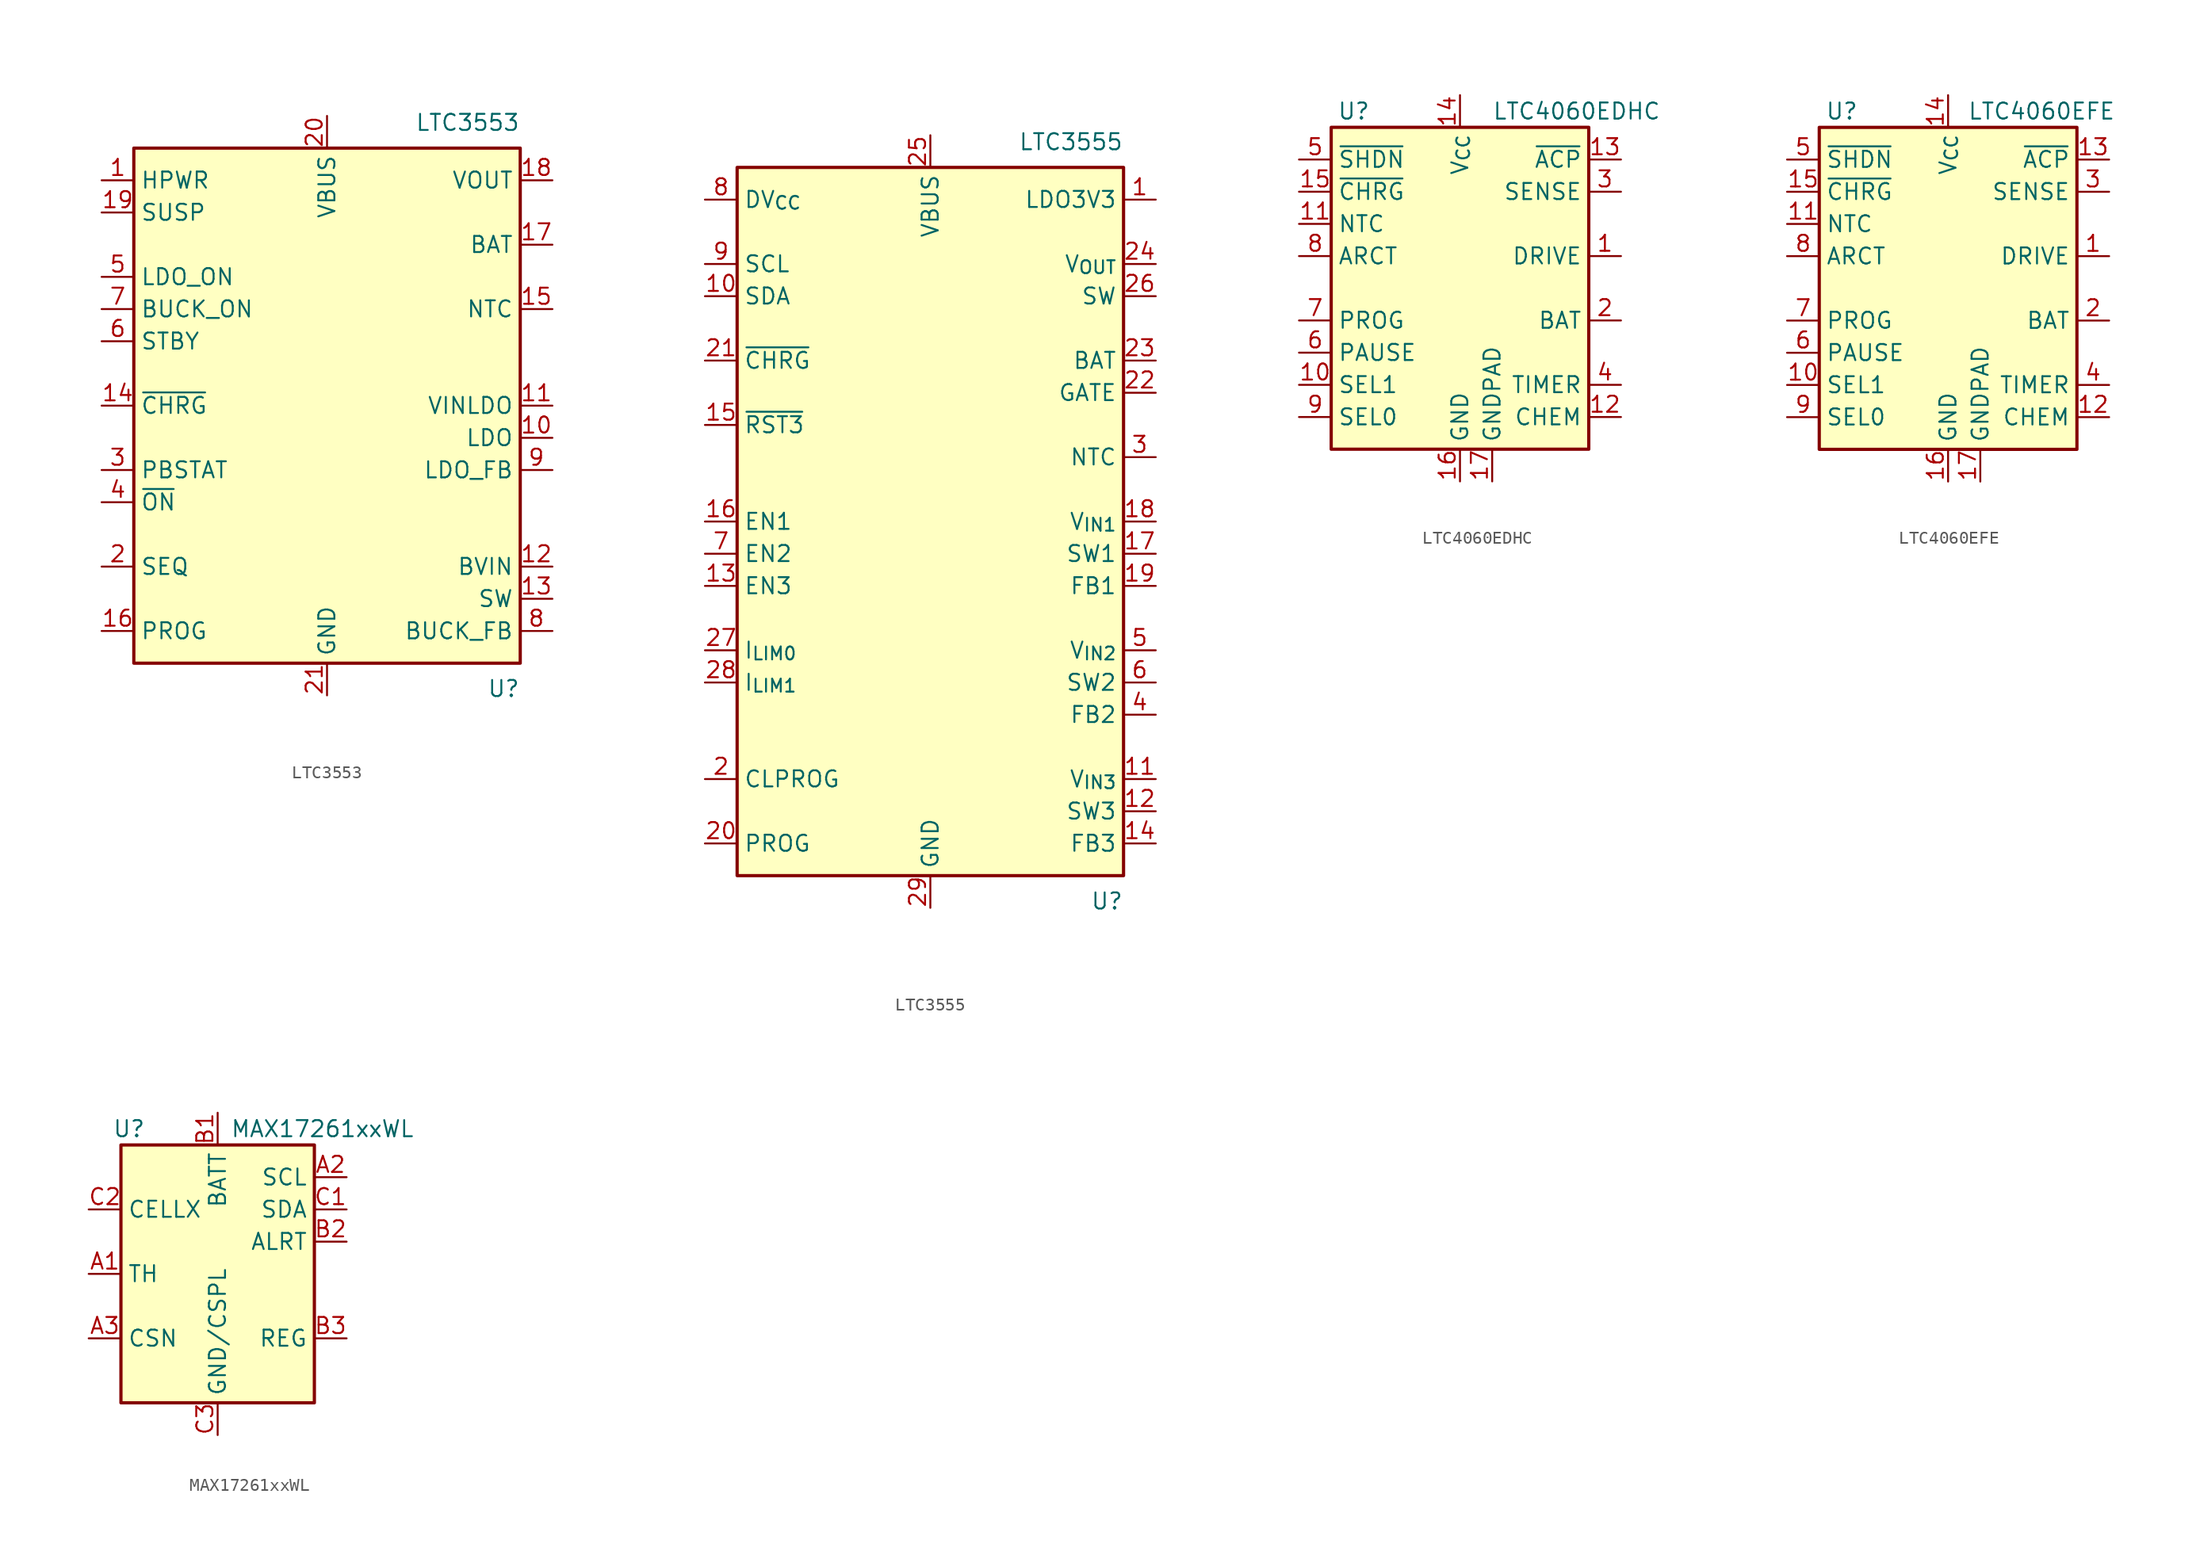
<source format=kicad_sym>
(kicad_symbol_lib
  (version 20220914)
  (generator kicad_symbol_editor)
  (symbol "LTC3553"
    (property "Reference" "U"
      (at 15.24 -21.59 0)
      (effects (font (size 1.27 1.27)) (justify right top)))
    (property "Value" "LTC3553"
      (at 15.24 21.59 0)
      (effects (font (size 1.27 1.27)) (justify right bottom)))
    (symbol "LTC3553_0_1"
      (rectangle (start -15.24 20.32) (end 15.24 -20.32) (stroke (width 0.254) (type default)) (fill (type background))))
    (symbol "LTC3553_1_1"
      (pin input line (at -17.78 17.78 0) (length 2.54) (name "HPWR" (effects (font (size 1.27 1.27)))) (number "1" (effects (font (size 1.27 1.27)))))
      (pin power_out line (at 17.78 -2.54 180) (length 2.54) (name "LDO" (effects (font (size 1.27 1.27)))) (number "10" (effects (font (size 1.27 1.27)))))
      (pin power_in line (at 17.78 0 180) (length 2.54) (name "VINLDO" (effects (font (size 1.27 1.27)))) (number "11" (effects (font (size 1.27 1.27)))))
      (pin power_in line (at 17.78 -12.7 180) (length 2.54) (name "BVIN" (effects (font (size 1.27 1.27)))) (number "12" (effects (font (size 1.27 1.27)))))
      (pin power_out line (at 17.78 -15.24 180) (length 2.54) (name "SW" (effects (font (size 1.27 1.27)))) (number "13" (effects (font (size 1.27 1.27)))))
      (pin open_collector line (at -17.78 0 0) (length 2.54) (name "~{CHRG}" (effects (font (size 1.27 1.27)))) (number "14" (effects (font (size 1.27 1.27)))))
      (pin passive line (at 17.78 7.62 180) (length 2.54) (name "NTC" (effects (font (size 1.27 1.27)))) (number "15" (effects (font (size 1.27 1.27)))))
      (pin passive line (at -17.78 -17.78 0) (length 2.54) (name "PROG" (effects (font (size 1.27 1.27)))) (number "16" (effects (font (size 1.27 1.27)))))
      (pin power_out line (at 17.78 12.7 180) (length 2.54) (name "BAT" (effects (font (size 1.27 1.27)))) (number "17" (effects (font (size 1.27 1.27)))))
      (pin power_out line (at 17.78 17.78 180) (length 2.54) (name "VOUT" (effects (font (size 1.27 1.27)))) (number "18" (effects (font (size 1.27 1.27)))))
      (pin input line (at -17.78 15.24 0) (length 2.54) (name "SUSP" (effects (font (size 1.27 1.27)))) (number "19" (effects (font (size 1.27 1.27)))))
      (pin input line (at -17.78 -12.7 0) (length 2.54) (name "SEQ" (effects (font (size 1.27 1.27)))) (number "2" (effects (font (size 1.27 1.27)))))
      (pin power_in line (at 0 22.86 270) (length 2.54) (name "VBUS" (effects (font (size 1.27 1.27)))) (number "20" (effects (font (size 1.27 1.27)))))
      (pin power_in line (at 0 -22.86 90) (length 2.54) (name "GND" (effects (font (size 1.27 1.27)))) (number "21" (effects (font (size 1.27 1.27)))))
      (pin output line (at -17.78 -5.08 0) (length 2.54) (name "PBSTAT" (effects (font (size 1.27 1.27)))) (number "3" (effects (font (size 1.27 1.27)))))
      (pin input line (at -17.78 -7.62 0) (length 2.54) (name "~{ON}" (effects (font (size 1.27 1.27)))) (number "4" (effects (font (size 1.27 1.27)))))
      (pin input line (at -17.78 10.16 0) (length 2.54) (name "LDO_ON" (effects (font (size 1.27 1.27)))) (number "5" (effects (font (size 1.27 1.27)))))
      (pin input line (at -17.78 5.08 0) (length 2.54) (name "STBY" (effects (font (size 1.27 1.27)))) (number "6" (effects (font (size 1.27 1.27)))))
      (pin input line (at -17.78 7.62 0) (length 2.54) (name "BUCK_ON" (effects (font (size 1.27 1.27)))) (number "7" (effects (font (size 1.27 1.27)))))
      (pin input line (at 17.78 -17.78 180) (length 2.54) (name "BUCK_FB" (effects (font (size 1.27 1.27)))) (number "8" (effects (font (size 1.27 1.27)))))
      (pin input line (at 17.78 -5.08 180) (length 2.54) (name "LDO_FB" (effects (font (size 1.27 1.27)))) (number "9" (effects (font (size 1.27 1.27)))))))
  (symbol "LTC3555"
    (property "Reference" "U"
      (at 15.24 -29.21 0)
      (effects (font (size 1.27 1.27)) (justify right top)))
    (property "Value" "LTC3555"
      (at 15.24 29.21 0)
      (effects (font (size 1.27 1.27)) (justify right bottom)))
    (symbol "LTC3555_0_1"
      (rectangle (start -15.24 27.94) (end 15.24 -27.94) (stroke (width 0.254) (type default)) (fill (type background))))
    (symbol "LTC3555_1_1"
      (pin power_out line (at 17.78 25.4 180) (length 2.54) (name "LDO3V3" (effects (font (size 1.27 1.27)))) (number "1" (effects (font (size 1.27 1.27)))))
      (pin bidirectional line (at -17.78 17.78 0) (length 2.54) (name "SDA" (effects (font (size 1.27 1.27)))) (number "10" (effects (font (size 1.27 1.27)))))
      (pin power_in line (at 17.78 -20.32 180) (length 2.54) (name "V_{IN3}" (effects (font (size 1.27 1.27)))) (number "11" (effects (font (size 1.27 1.27)))))
      (pin power_out line (at 17.78 -22.86 180) (length 2.54) (name "SW3" (effects (font (size 1.27 1.27)))) (number "12" (effects (font (size 1.27 1.27)))))
      (pin input line (at -17.78 -5.08 0) (length 2.54) (name "EN3" (effects (font (size 1.27 1.27)))) (number "13" (effects (font (size 1.27 1.27)))))
      (pin input line (at 17.78 -25.4 180) (length 2.54) (name "FB3" (effects (font (size 1.27 1.27)))) (number "14" (effects (font (size 1.27 1.27)))))
      (pin open_collector line (at -17.78 7.62 0) (length 2.54) (name "~{RST3}" (effects (font (size 1.27 1.27)))) (number "15" (effects (font (size 1.27 1.27)))))
      (pin input line (at -17.78 0 0) (length 2.54) (name "EN1" (effects (font (size 1.27 1.27)))) (number "16" (effects (font (size 1.27 1.27)))))
      (pin power_out line (at 17.78 -2.54 180) (length 2.54) (name "SW1" (effects (font (size 1.27 1.27)))) (number "17" (effects (font (size 1.27 1.27)))))
      (pin power_in line (at 17.78 0 180) (length 2.54) (name "V_{IN1}" (effects (font (size 1.27 1.27)))) (number "18" (effects (font (size 1.27 1.27)))))
      (pin input line (at 17.78 -5.08 180) (length 2.54) (name "FB1" (effects (font (size 1.27 1.27)))) (number "19" (effects (font (size 1.27 1.27)))))
      (pin passive line (at -17.78 -20.32 0) (length 2.54) (name "CLPROG" (effects (font (size 1.27 1.27)))) (number "2" (effects (font (size 1.27 1.27)))))
      (pin passive line (at -17.78 -25.4 0) (length 2.54) (name "PROG" (effects (font (size 1.27 1.27)))) (number "20" (effects (font (size 1.27 1.27)))))
      (pin open_collector line (at -17.78 12.7 0) (length 2.54) (name "~{CHRG}" (effects (font (size 1.27 1.27)))) (number "21" (effects (font (size 1.27 1.27)))))
      (pin output line (at 17.78 10.16 180) (length 2.54) (name "GATE" (effects (font (size 1.27 1.27)))) (number "22" (effects (font (size 1.27 1.27)))))
      (pin power_out line (at 17.78 12.7 180) (length 2.54) (name "BAT" (effects (font (size 1.27 1.27)))) (number "23" (effects (font (size 1.27 1.27)))))
      (pin power_out line (at 17.78 20.32 180) (length 2.54) (name "V_{OUT}" (effects (font (size 1.27 1.27)))) (number "24" (effects (font (size 1.27 1.27)))))
      (pin power_in line (at 0 30.48 270) (length 2.54) (name "VBUS" (effects (font (size 1.27 1.27)))) (number "25" (effects (font (size 1.27 1.27)))))
      (pin power_out line (at 17.78 17.78 180) (length 2.54) (name "SW" (effects (font (size 1.27 1.27)))) (number "26" (effects (font (size 1.27 1.27)))))
      (pin input line (at -17.78 -10.16 0) (length 2.54) (name "I_{LIM0}" (effects (font (size 1.27 1.27)))) (number "27" (effects (font (size 1.27 1.27)))))
      (pin input line (at -17.78 -12.7 0) (length 2.54) (name "I_{LIM1}" (effects (font (size 1.27 1.27)))) (number "28" (effects (font (size 1.27 1.27)))))
      (pin power_in line (at 0 -30.48 90) (length 2.54) (name "GND" (effects (font (size 1.27 1.27)))) (number "29" (effects (font (size 1.27 1.27)))))
      (pin passive line (at 17.78 5.08 180) (length 2.54) (name "NTC" (effects (font (size 1.27 1.27)))) (number "3" (effects (font (size 1.27 1.27)))))
      (pin input line (at 17.78 -15.24 180) (length 2.54) (name "FB2" (effects (font (size 1.27 1.27)))) (number "4" (effects (font (size 1.27 1.27)))))
      (pin power_in line (at 17.78 -10.16 180) (length 2.54) (name "V_{IN2}" (effects (font (size 1.27 1.27)))) (number "5" (effects (font (size 1.27 1.27)))))
      (pin power_out line (at 17.78 -12.7 180) (length 2.54) (name "SW2" (effects (font (size 1.27 1.27)))) (number "6" (effects (font (size 1.27 1.27)))))
      (pin input line (at -17.78 -2.54 0) (length 2.54) (name "EN2" (effects (font (size 1.27 1.27)))) (number "7" (effects (font (size 1.27 1.27)))))
      (pin power_in line (at -17.78 25.4 0) (length 2.54) (name "DV_{CC}" (effects (font (size 1.27 1.27)))) (number "8" (effects (font (size 1.27 1.27)))))
      (pin input line (at -17.78 20.32 0) (length 2.54) (name "SCL" (effects (font (size 1.27 1.27)))) (number "9" (effects (font (size 1.27 1.27)))))))
  (symbol "LTC4060EDHC"
    (property "Reference" "U"
      (at -8.382 13.97 0)
      (effects (font (size 1.27 1.27))))
    (property "Value" "LTC4060EDHC"
      (at 2.54 13.97 0)
      (effects (font (size 1.27 1.27)) (justify left)))
    (symbol "LTC4060EDHC_0_1"
      (rectangle (start -10.16 12.7) (end 10.16 -12.7) (stroke (width 0.254) (type default)) (fill (type background))))
    (symbol "LTC4060EDHC_1_1"
      (pin output line (at 12.7 2.54 180) (length 2.54) (name "DRIVE" (effects (font (size 1.27 1.27)))) (number "1" (effects (font (size 1.27 1.27)))))
      (pin input line (at -12.7 -7.62 0) (length 2.54) (name "SEL1" (effects (font (size 1.27 1.27)))) (number "10" (effects (font (size 1.27 1.27)))))
      (pin input line (at -12.7 5.08 0) (length 2.54) (name "NTC" (effects (font (size 1.27 1.27)))) (number "11" (effects (font (size 1.27 1.27)))))
      (pin input line (at 12.7 -10.16 180) (length 2.54) (name "CHEM" (effects (font (size 1.27 1.27)))) (number "12" (effects (font (size 1.27 1.27)))))
      (pin open_collector line (at 12.7 10.16 180) (length 2.54) (name "~{ACP}" (effects (font (size 1.27 1.27)))) (number "13" (effects (font (size 1.27 1.27)))))
      (pin power_in line (at 0 15.24 270) (length 2.54) (name "V_{CC}" (effects (font (size 1.27 1.27)))) (number "14" (effects (font (size 1.27 1.27)))))
      (pin open_collector line (at -12.7 7.62 0) (length 2.54) (name "~{CHRG}" (effects (font (size 1.27 1.27)))) (number "15" (effects (font (size 1.27 1.27)))))
      (pin power_in line (at 0 -15.24 90) (length 2.54) (name "GND" (effects (font (size 1.27 1.27)))) (number "16" (effects (font (size 1.27 1.27)))))
      (pin power_in line (at 2.54 -15.24 90) (length 2.54) (name "GNDPAD" (effects (font (size 1.27 1.27)))) (number "17" (effects (font (size 1.27 1.27)))))
      (pin input line (at 12.7 -2.54 180) (length 2.54) (name "BAT" (effects (font (size 1.27 1.27)))) (number "2" (effects (font (size 1.27 1.27)))))
      (pin input line (at 12.7 7.62 180) (length 2.54) (name "SENSE" (effects (font (size 1.27 1.27)))) (number "3" (effects (font (size 1.27 1.27)))))
      (pin input line (at 12.7 -7.62 180) (length 2.54) (name "TIMER" (effects (font (size 1.27 1.27)))) (number "4" (effects (font (size 1.27 1.27)))))
      (pin input line (at -12.7 10.16 0) (length 2.54) (name "~{SHDN}" (effects (font (size 1.27 1.27)))) (number "5" (effects (font (size 1.27 1.27)))))
      (pin input line (at -12.7 -5.08 0) (length 2.54) (name "PAUSE" (effects (font (size 1.27 1.27)))) (number "6" (effects (font (size 1.27 1.27)))))
      (pin input line (at -12.7 -2.54 0) (length 2.54) (name "PROG" (effects (font (size 1.27 1.27)))) (number "7" (effects (font (size 1.27 1.27)))))
      (pin input line (at -12.7 2.54 0) (length 2.54) (name "ARCT" (effects (font (size 1.27 1.27)))) (number "8" (effects (font (size 1.27 1.27)))))
      (pin input line (at -12.7 -10.16 0) (length 2.54) (name "SEL0" (effects (font (size 1.27 1.27)))) (number "9" (effects (font (size 1.27 1.27)))))))
  (symbol "LTC4060EFE"
    (property "Reference" "U"
      (at -8.382 13.97 0)
      (effects (font (size 1.27 1.27))))
    (property "Value" "LTC4060EFE"
      (at 1.524 13.97 0)
      (effects (font (size 1.27 1.27)) (justify left)))
    (symbol "LTC4060EFE_0_1"
      (rectangle (start -10.16 12.7) (end 10.16 -12.7) (stroke (width 0.254) (type default)) (fill (type background))))
    (symbol "LTC4060EFE_1_1"
      (pin output line (at 12.7 2.54 180) (length 2.54) (name "DRIVE" (effects (font (size 1.27 1.27)))) (number "1" (effects (font (size 1.27 1.27)))))
      (pin input line (at -12.7 -7.62 0) (length 2.54) (name "SEL1" (effects (font (size 1.27 1.27)))) (number "10" (effects (font (size 1.27 1.27)))))
      (pin input line (at -12.7 5.08 0) (length 2.54) (name "NTC" (effects (font (size 1.27 1.27)))) (number "11" (effects (font (size 1.27 1.27)))))
      (pin input line (at 12.7 -10.16 180) (length 2.54) (name "CHEM" (effects (font (size 1.27 1.27)))) (number "12" (effects (font (size 1.27 1.27)))))
      (pin open_collector line (at 12.7 10.16 180) (length 2.54) (name "~{ACP}" (effects (font (size 1.27 1.27)))) (number "13" (effects (font (size 1.27 1.27)))))
      (pin power_in line (at 0 15.24 270) (length 2.54) (name "V_{CC}" (effects (font (size 1.27 1.27)))) (number "14" (effects (font (size 1.27 1.27)))))
      (pin open_collector line (at -12.7 7.62 0) (length 2.54) (name "~{CHRG}" (effects (font (size 1.27 1.27)))) (number "15" (effects (font (size 1.27 1.27)))))
      (pin power_in line (at 0 -15.24 90) (length 2.54) (name "GND" (effects (font (size 1.27 1.27)))) (number "16" (effects (font (size 1.27 1.27)))))
      (pin power_in line (at 2.54 -15.24 90) (length 2.54) (name "GNDPAD" (effects (font (size 1.27 1.27)))) (number "17" (effects (font (size 1.27 1.27)))))
      (pin input line (at 12.7 -2.54 180) (length 2.54) (name "BAT" (effects (font (size 1.27 1.27)))) (number "2" (effects (font (size 1.27 1.27)))))
      (pin input line (at 12.7 7.62 180) (length 2.54) (name "SENSE" (effects (font (size 1.27 1.27)))) (number "3" (effects (font (size 1.27 1.27)))))
      (pin input line (at 12.7 -7.62 180) (length 2.54) (name "TIMER" (effects (font (size 1.27 1.27)))) (number "4" (effects (font (size 1.27 1.27)))))
      (pin input line (at -12.7 10.16 0) (length 2.54) (name "~{SHDN}" (effects (font (size 1.27 1.27)))) (number "5" (effects (font (size 1.27 1.27)))))
      (pin input line (at -12.7 -5.08 0) (length 2.54) (name "PAUSE" (effects (font (size 1.27 1.27)))) (number "6" (effects (font (size 1.27 1.27)))))
      (pin input line (at -12.7 -2.54 0) (length 2.54) (name "PROG" (effects (font (size 1.27 1.27)))) (number "7" (effects (font (size 1.27 1.27)))))
      (pin input line (at -12.7 2.54 0) (length 2.54) (name "ARCT" (effects (font (size 1.27 1.27)))) (number "8" (effects (font (size 1.27 1.27)))))
      (pin input line (at -12.7 -10.16 0) (length 2.54) (name "SEL0" (effects (font (size 1.27 1.27)))) (number "9" (effects (font (size 1.27 1.27)))))))
  (symbol "MAX17261xxWL"
    (property "Reference" "U"
      (at -6.985 11.43 0)
      (effects (font (size 1.27 1.27))))
    (property "Value" "MAX17261xxWL"
      (at 8.255 11.43 0)
      (effects (font (size 1.27 1.27))))
    (symbol "MAX17261xxWL_0_1"
      (rectangle (start -7.62 10.16) (end 7.62 -10.16) (stroke (width 0.254) (type default)) (fill (type background))))
    (symbol "MAX17261xxWL_1_1"
      (pin passive line (at -10.16 0 0) (length 2.54) (name "TH" (effects (font (size 1.27 1.27)))) (number "A1" (effects (font (size 1.27 1.27)))))
      (pin input line (at 10.16 7.62 180) (length 2.54) (name "SCL" (effects (font (size 1.27 1.27)))) (number "A2" (effects (font (size 1.27 1.27)))))
      (pin passive line (at -10.16 -5.08 0) (length 2.54) (name "CSN" (effects (font (size 1.27 1.27)))) (number "A3" (effects (font (size 1.27 1.27)))))
      (pin power_in line (at 0 12.7 270) (length 2.54) (name "BATT" (effects (font (size 1.27 1.27)))) (number "B1" (effects (font (size 1.27 1.27)))))
      (pin open_collector line (at 10.16 2.54 180) (length 2.54) (name "ALRT" (effects (font (size 1.27 1.27)))) (number "B2" (effects (font (size 1.27 1.27)))))
      (pin power_out line (at 10.16 -5.08 180) (length 2.54) (name "REG" (effects (font (size 1.27 1.27)))) (number "B3" (effects (font (size 1.27 1.27)))))
      (pin bidirectional line (at 10.16 5.08 180) (length 2.54) (name "SDA" (effects (font (size 1.27 1.27)))) (number "C1" (effects (font (size 1.27 1.27)))))
      (pin input line (at -10.16 5.08 0) (length 2.54) (name "CELLX" (effects (font (size 1.27 1.27)))) (number "C2" (effects (font (size 1.27 1.27)))))
      (pin power_in line (at 0 -12.7 90) (length 2.54) (name "GND/CSPL" (effects (font (size 1.27 1.27)))) (number "C3" (effects (font (size 1.27 1.27))))))))
</source>
